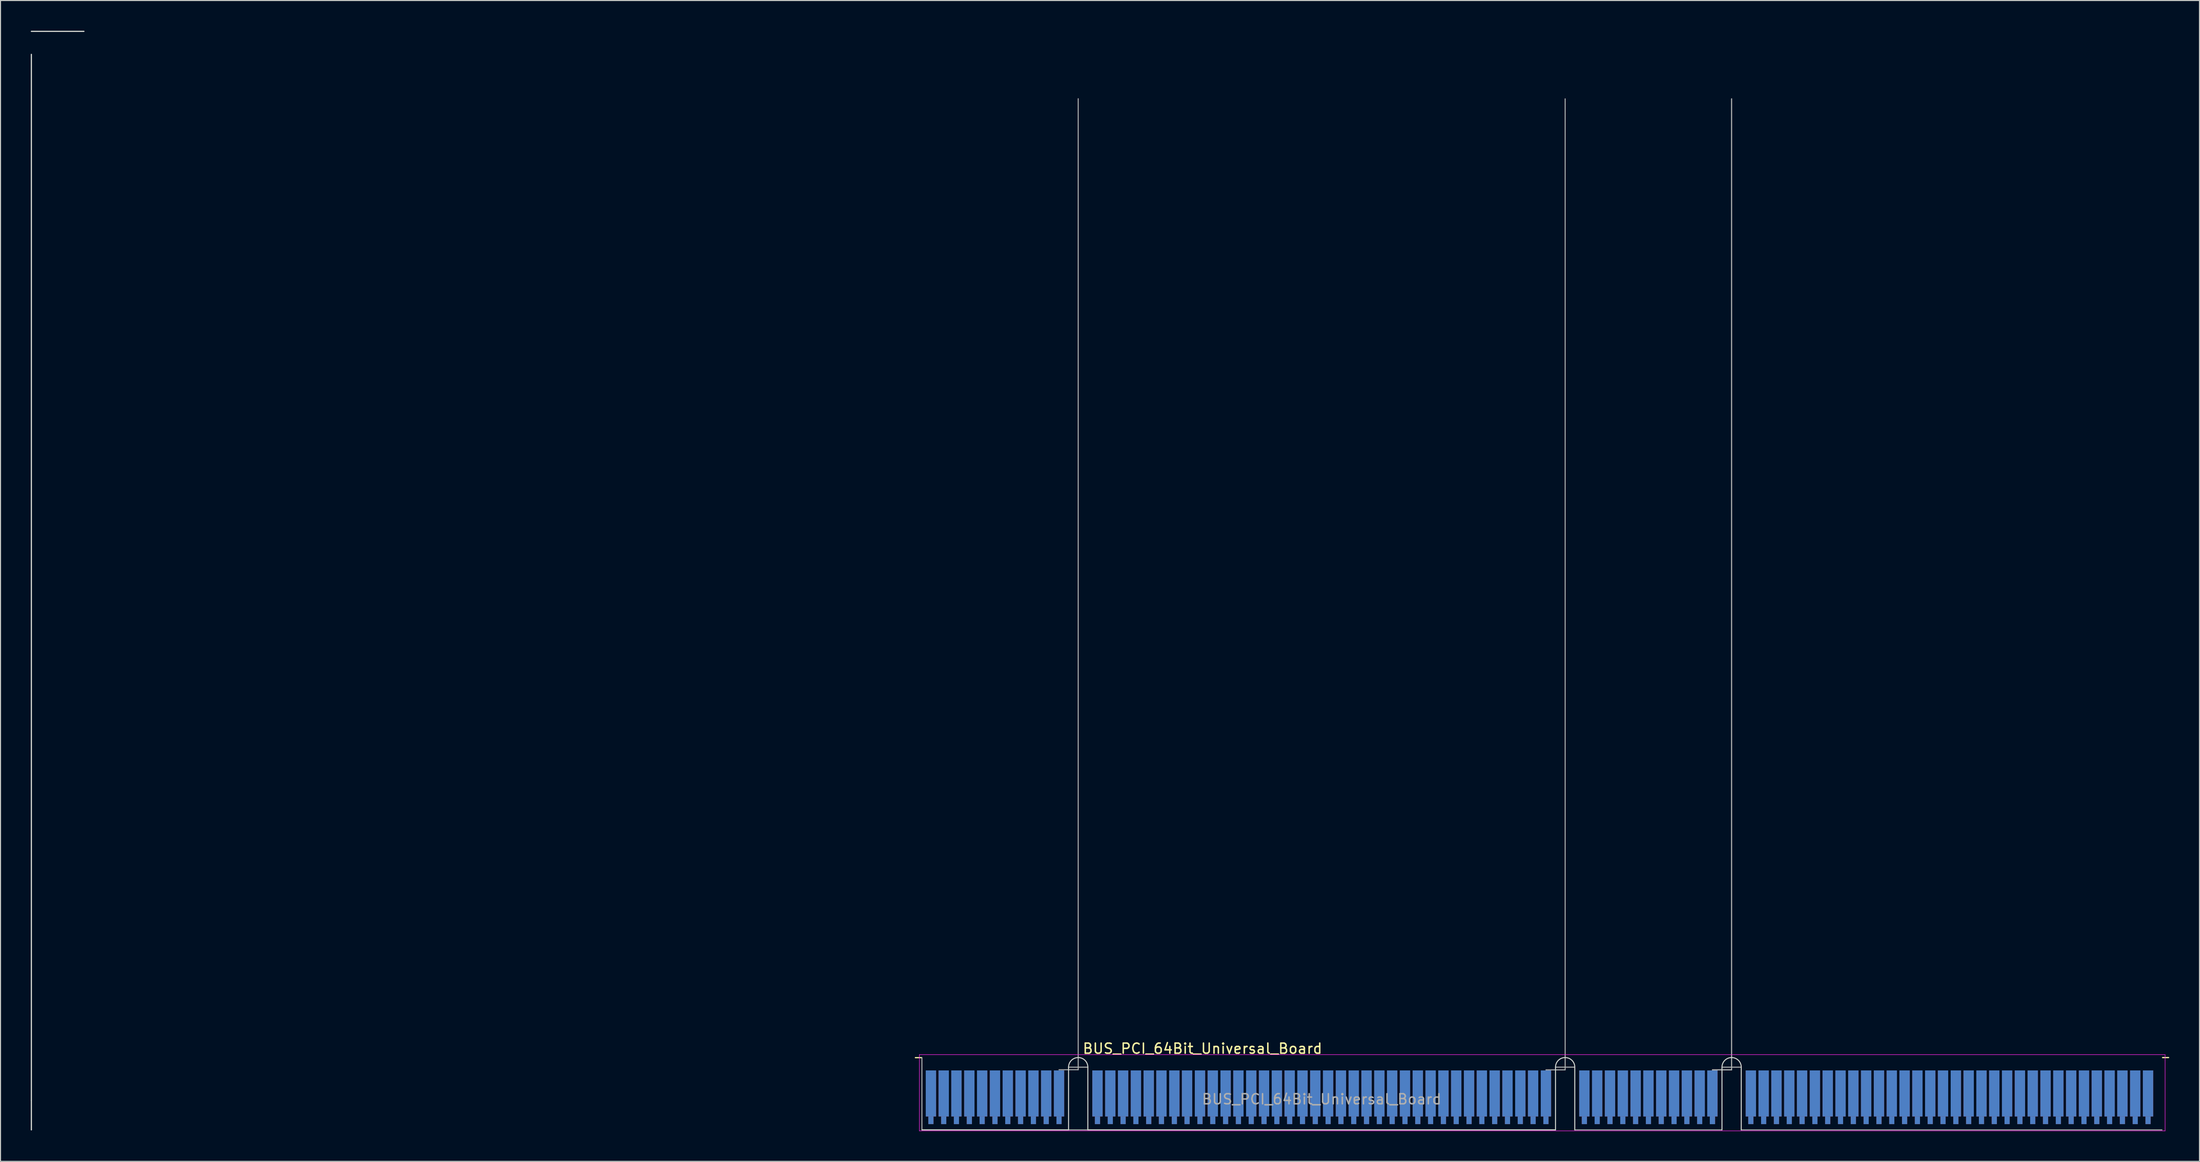
<source format=kicad_pcb>
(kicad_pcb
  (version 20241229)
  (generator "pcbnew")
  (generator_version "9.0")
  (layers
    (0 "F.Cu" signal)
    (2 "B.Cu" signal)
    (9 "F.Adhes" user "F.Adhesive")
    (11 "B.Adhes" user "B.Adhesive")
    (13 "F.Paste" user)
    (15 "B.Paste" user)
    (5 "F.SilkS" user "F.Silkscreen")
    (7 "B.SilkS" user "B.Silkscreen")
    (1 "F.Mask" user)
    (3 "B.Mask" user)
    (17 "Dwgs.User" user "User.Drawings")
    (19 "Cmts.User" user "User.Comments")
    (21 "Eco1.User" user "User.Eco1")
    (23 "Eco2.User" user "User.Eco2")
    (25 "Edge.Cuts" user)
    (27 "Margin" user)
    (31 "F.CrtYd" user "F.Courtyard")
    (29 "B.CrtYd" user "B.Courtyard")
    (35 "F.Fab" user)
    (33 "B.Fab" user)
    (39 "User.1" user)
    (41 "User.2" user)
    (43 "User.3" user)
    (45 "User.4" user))
  (footprint "BUS_PCI_64Bit_Universal_Board"
    (layer "F.Cu")
    (at 127.949 106.74)
    (property "Reference" "BUS_PCI_64Bit_Universal_Board" (at -11.81 -5.78 0) (layer "F.SilkS") (effects (font (size 1 1) (thickness 0.15))))
    (attr exclude_from_pos_files exclude_from_bom)
    (fp_line (start -40.27 -4.88) (end -39.67 -4.88) (stroke (width 0.12) (type solid)) (layer "F.SilkS"))
    (fp_line (start 83.95 -4.89) (end 83.35 -4.89) (stroke (width 0.12) (type solid)) (layer "F.SilkS"))
    (fp_line (start -127.889 -106.68) (end -122.682 -106.68) (stroke (width 0.12) (type solid)) (layer "Edge.Cuts"))
    (fp_line (start -127.889 -104.397) (end -127.889 2.283) (stroke (width 0.12) (type solid)) (layer "Edge.Cuts"))
    (fp_line (start -127.889 -0.635) (end -127.889 -0.635) (stroke (width 0.12) (type solid)) (layer "Edge.Cuts"))
    (fp_line (start -39.62 2.283) (end -25.085 2.283) (stroke (width 0.1) (type solid)) (layer "Edge.Cuts"))
    (fp_line (start -25.085 -3.937) (end -25.085 2.283) (stroke (width 0.1) (type solid)) (layer "Edge.Cuts"))
    (fp_line (start -23.175 -3.937) (end -23.175 2.283) (stroke (width 0.1) (type solid)) (layer "Edge.Cuts"))
    (fp_line (start -23.175 2.283) (end 23.18 2.283) (stroke (width 0.1) (type solid)) (layer "Edge.Cuts"))
    (fp_line (start 23.18 -3.937) (end 23.18 2.283) (stroke (width 0.1) (type solid)) (layer "Edge.Cuts"))
    (fp_line (start 25.09 -3.937) (end 25.09 2.283) (stroke (width 0.1) (type solid)) (layer "Edge.Cuts"))
    (fp_line (start 39.68 -3.937) (end 39.68 2.283) (stroke (width 0.1) (type solid)) (layer "Edge.Cuts"))
    (fp_line (start 41.59 -3.937) (end 41.59 2.283) (stroke (width 0.1) (type solid)) (layer "Edge.Cuts"))
    (fp_arc (start -25.085 -3.937) (mid -24.13 -4.892) (end -23.175 -3.937) (stroke (width 0.1) (type solid)) (layer "Edge.Cuts"))
    (fp_arc (start 23.18 -3.937) (mid 24.135 -4.892) (end 25.09 -3.937) (stroke (width 0.1) (type solid)) (layer "Edge.Cuts"))
    (fp_arc (start 39.68 -3.937) (mid 40.635 -4.892) (end 41.59 -3.937) (stroke (width 0.1) (type solid)) (layer "Edge.Cuts"))
    (fp_line (start -39.87 -5.18) (end -39.87 2.38) (stroke (width 0.05) (type solid)) (layer "F.CrtYd"))
    (fp_line (start -39.87 -5.18) (end 83.6 -5.18) (stroke (width 0.05) (type solid)) (layer "F.CrtYd"))
    (fp_line (start 83.6 2.38) (end -39.87 2.38) (stroke (width 0.05) (type solid)) (layer "F.CrtYd"))
    (fp_line (start 83.6 2.38) (end 83.6 -5.18) (stroke (width 0.05) (type solid)) (layer "F.CrtYd"))
    (fp_line (start -39.62 -4.89) (end -39.62 2.283) (stroke (width 0.1) (type solid)) (layer "F.Fab"))
    (fp_line (start -39.62 2.283) (end 23.18 2.283) (stroke (width 0.1) (type solid)) (layer "F.Fab"))
    (fp_line (start -26.035 -3.683) (end -24.13 -3.683) (stroke (width 0.1) (type solid)) (layer "F.Fab"))
    (fp_line (start -25.085 -3.937) (end -23.175 -3.937) (stroke (width 0.1) (type solid)) (layer "F.Fab"))
    (fp_line (start -24.13 -3.683) (end -24.13 -100) (stroke (width 0.1) (type solid)) (layer "F.Fab"))
    (fp_line (start 22.23 -3.67) (end 24.135 -3.67) (stroke (width 0.1) (type solid)) (layer "F.Fab"))
    (fp_line (start 23.18 -3.94) (end 25.09 -3.94) (stroke (width 0.1) (type solid)) (layer "F.Fab"))
    (fp_line (start 24.135 -3.67) (end 24.135 -99.987) (stroke (width 0.1) (type solid)) (layer "F.Fab"))
    (fp_line (start 25.09 2.283) (end 39.68 2.283) (stroke (width 0.1) (type solid)) (layer "F.Fab"))
    (fp_line (start 38.73 -3.67) (end 40.635 -3.67) (stroke (width 0.1) (type solid)) (layer "F.Fab"))
    (fp_line (start 38.73 -3.67) (end 40.635 -3.67) (stroke (width 0.1) (type solid)) (layer "F.Fab"))
    (fp_line (start 39.68 -3.937) (end 41.59 -3.937) (stroke (width 0.1) (type solid)) (layer "F.Fab"))
    (fp_line (start 40.635 -3.67) (end 40.635 -99.987) (stroke (width 0.1) (type solid)) (layer "F.Fab"))
    (fp_line (start 40.635 -3.67) (end 40.635 -99.987) (stroke (width 0.1) (type solid)) (layer "F.Fab"))
    (fp_line (start 41.59 2.283) (end 83.29 2.283) (stroke (width 0.1) (type solid)) (layer "F.Fab"))
    (fp_text user "${REFERENCE}" (at 0 -0.76 0) (layer "F.Fab") (effects (font (size 1 1) (thickness 0.15))))
    (pad "A1" connect rect (at -38.73 -1.33) (size 1.02 4.57) (layers "B.Cu" "B.Mask"))
    (pad "A1" connect rect (at -38.73 1.33) (size 0.51 0.76) (layers "B.Cu" "B.Mask"))
    (pad "A2" connect rect (at -37.46 -1.33) (size 1.02 4.57) (layers "B.Cu" "B.Mask"))
    (pad "A2" connect rect (at -37.46 1.33) (size 0.51 0.76) (layers "B.Cu" "B.Mask"))
    (pad "A3" connect rect (at -36.2 -1.33) (size 1.02 4.57) (layers "B.Cu" "B.Mask"))
    (pad "A3" connect rect (at -36.2 1.33) (size 0.51 0.76) (layers "B.Cu" "B.Mask"))
    (pad "A4" connect rect (at -34.92 -1.33) (size 1.02 4.57) (layers "B.Cu" "B.Mask"))
    (pad "A4" connect rect (at -34.92 1.33) (size 0.51 0.76) (layers "B.Cu" "B.Mask"))
    (pad "A5" connect rect (at -33.65 -1.33) (size 1.02 4.57) (layers "B.Cu" "B.Mask"))
    (pad "A5" connect rect (at -33.65 1.33) (size 0.51 0.76) (layers "B.Cu" "B.Mask"))
    (pad "A6" connect rect (at -32.38 -1.33) (size 1.02 4.57) (layers "B.Cu" "B.Mask"))
    (pad "A6" connect rect (at -32.38 1.33) (size 0.51 0.76) (layers "B.Cu" "B.Mask"))
    (pad "A7" connect rect (at -31.11 -1.33) (size 1.02 4.57) (layers "B.Cu" "B.Mask"))
    (pad "A7" connect rect (at -31.11 1.33) (size 0.51 0.76) (layers "B.Cu" "B.Mask"))
    (pad "A8" connect rect (at -29.84 -1.33) (size 1.02 4.57) (layers "B.Cu" "B.Mask"))
    (pad "A8" connect rect (at -29.84 1.33) (size 0.51 0.76) (layers "B.Cu" "B.Mask"))
    (pad "A9" connect rect (at -28.57 -1.33) (size 1.02 4.57) (layers "B.Cu" "B.Mask"))
    (pad "A9" connect rect (at -28.57 1.33) (size 0.51 0.76) (layers "B.Cu" "B.Mask"))
    (pad "A10" connect rect (at -27.3 -1.33) (size 1.02 4.57) (layers "B.Cu" "B.Mask"))
    (pad "A10" connect rect (at -27.3 1.33) (size 0.51 0.76) (layers "B.Cu" "B.Mask"))
    (pad "A11" connect rect (at -26.03 -1.33) (size 1.02 4.57) (layers "B.Cu" "B.Mask"))
    (pad "A11" connect rect (at -26.03 1.33) (size 0.51 0.76) (layers "B.Cu" "B.Mask"))
    (pad "A14" connect rect (at -22.22 -1.33) (size 1.02 4.57) (layers "B.Cu" "B.Mask"))
    (pad "A14" connect rect (at -22.22 1.33) (size 0.51 0.76) (layers "B.Cu" "B.Mask"))
    (pad "A15" connect rect (at -20.95 -1.33) (size 1.02 4.57) (layers "B.Cu" "B.Mask"))
    (pad "A15" connect rect (at -20.95 1.33) (size 0.51 0.76) (layers "B.Cu" "B.Mask"))
    (pad "A16" connect rect (at -19.68 -1.33) (size 1.02 4.57) (layers "B.Cu" "B.Mask"))
    (pad "A16" connect rect (at -19.68 1.33) (size 0.51 0.76) (layers "B.Cu" "B.Mask"))
    (pad "A17" connect rect (at -18.41 -1.33) (size 1.02 4.57) (layers "B.Cu" "B.Mask"))
    (pad "A17" connect rect (at -18.41 1.33) (size 0.51 0.76) (layers "B.Cu" "B.Mask"))
    (pad "A18" connect rect (at -17.14 -1.33) (size 1.02 4.57) (layers "B.Cu" "B.Mask"))
    (pad "A18" connect rect (at -17.14 1.33) (size 0.51 0.76) (layers "B.Cu" "B.Mask"))
    (pad "A19" connect rect (at -15.88 -1.33) (size 1.02 4.57) (layers "B.Cu" "B.Mask"))
    (pad "A19" connect rect (at -15.88 1.33) (size 0.51 0.76) (layers "B.Cu" "B.Mask"))
    (pad "A20" connect rect (at -14.6 -1.33) (size 1.02 4.57) (layers "B.Cu" "B.Mask"))
    (pad "A20" connect rect (at -14.6 1.33) (size 0.51 0.76) (layers "B.Cu" "B.Mask"))
    (pad "A21" connect rect (at -13.34 -1.33) (size 1.02 4.57) (layers "B.Cu" "B.Mask"))
    (pad "A21" connect rect (at -13.34 1.33) (size 0.51 0.76) (layers "B.Cu" "B.Mask"))
    (pad "A22" connect rect (at -12.06 -1.33) (size 1.02 4.57) (layers "B.Cu" "B.Mask"))
    (pad "A22" connect rect (at -12.06 1.33) (size 0.51 0.76) (layers "B.Cu" "B.Mask"))
    (pad "A23" connect rect (at -10.79 -1.33) (size 1.02 4.57) (layers "B.Cu" "B.Mask"))
    (pad "A23" connect rect (at -10.79 1.33) (size 0.51 0.76) (layers "B.Cu" "B.Mask"))
    (pad "A24" connect rect (at -9.52 -1.33) (size 1.02 4.57) (layers "B.Cu" "B.Mask"))
    (pad "A24" connect rect (at -9.52 1.33) (size 0.51 0.76) (layers "B.Cu" "B.Mask"))
    (pad "A25" connect rect (at -8.25 -1.33) (size 1.02 4.57) (layers "B.Cu" "B.Mask"))
    (pad "A25" connect rect (at -8.25 1.33) (size 0.51 0.76) (layers "B.Cu" "B.Mask"))
    (pad "A26" connect rect (at -6.98 -1.33) (size 1.02 4.57) (layers "B.Cu" "B.Mask"))
    (pad "A26" connect rect (at -6.98 1.33) (size 0.51 0.76) (layers "B.Cu" "B.Mask"))
    (pad "A27" connect rect (at -5.71 -1.33) (size 1.02 4.57) (layers "B.Cu" "B.Mask"))
    (pad "A27" connect rect (at -5.71 1.33) (size 0.51 0.76) (layers "B.Cu" "B.Mask"))
    (pad "A28" connect rect (at -4.44 -1.33) (size 1.02 4.57) (layers "B.Cu" "B.Mask"))
    (pad "A28" connect rect (at -4.44 1.33) (size 0.51 0.76) (layers "B.Cu" "B.Mask"))
    (pad "A29" connect rect (at -3.17 -1.33) (size 1.02 4.57) (layers "B.Cu" "B.Mask"))
    (pad "A29" connect rect (at -3.17 1.33) (size 0.51 0.76) (layers "B.Cu" "B.Mask"))
    (pad "A30" connect rect (at -1.9 -1.33) (size 1.02 4.57) (layers "B.Cu" "B.Mask"))
    (pad "A30" connect rect (at -1.9 1.33) (size 0.51 0.76) (layers "B.Cu" "B.Mask"))
    (pad "A31" connect rect (at -0.63 -1.33) (size 1.02 4.57) (layers "B.Cu" "B.Mask"))
    (pad "A31" connect rect (at -0.63 1.33) (size 0.51 0.76) (layers "B.Cu" "B.Mask"))
    (pad "A32" connect rect (at 0.64 -1.33) (size 1.02 4.57) (layers "B.Cu" "B.Mask"))
    (pad "A32" connect rect (at 0.64 1.33) (size 0.51 0.76) (layers "B.Cu" "B.Mask"))
    (pad "A33" connect rect (at 1.91 -1.33) (size 1.02 4.57) (layers "B.Cu" "B.Mask"))
    (pad "A33" connect rect (at 1.91 1.33) (size 0.51 0.76) (layers "B.Cu" "B.Mask"))
    (pad "A34" connect rect (at 3.18 -1.33) (size 1.02 4.57) (layers "B.Cu" "B.Mask"))
    (pad "A34" connect rect (at 3.18 1.33) (size 0.51 0.76) (layers "B.Cu" "B.Mask"))
    (pad "A35" connect rect (at 4.45 -1.33) (size 1.02 4.57) (layers "B.Cu" "B.Mask"))
    (pad "A35" connect rect (at 4.45 1.33) (size 0.51 0.76) (layers "B.Cu" "B.Mask"))
    (pad "A36" connect rect (at 5.72 -1.33) (size 1.02 4.57) (layers "B.Cu" "B.Mask"))
    (pad "A36" connect rect (at 5.72 1.33) (size 0.51 0.76) (layers "B.Cu" "B.Mask"))
    (pad "A37" connect rect (at 6.99 -1.33) (size 1.02 4.57) (layers "B.Cu" "B.Mask"))
    (pad "A37" connect rect (at 6.99 1.33) (size 0.51 0.76) (layers "B.Cu" "B.Mask"))
    (pad "A38" connect rect (at 8.26 -1.33) (size 1.02 4.57) (layers "B.Cu" "B.Mask"))
    (pad "A38" connect rect (at 8.26 1.33) (size 0.51 0.76) (layers "B.Cu" "B.Mask"))
    (pad "A39" connect rect (at 9.53 -1.33) (size 1.02 4.57) (layers "B.Cu" "B.Mask"))
    (pad "A39" connect rect (at 9.53 1.33) (size 0.51 0.76) (layers "B.Cu" "B.Mask"))
    (pad "A40" connect rect (at 10.8 -1.33) (size 1.02 4.57) (layers "B.Cu" "B.Mask"))
    (pad "A40" connect rect (at 10.8 1.33) (size 0.51 0.76) (layers "B.Cu" "B.Mask"))
    (pad "A41" connect rect (at 12.07 -1.33) (size 1.02 4.57) (layers "B.Cu" "B.Mask"))
    (pad "A41" connect rect (at 12.07 1.33) (size 0.51 0.76) (layers "B.Cu" "B.Mask"))
    (pad "A42" connect rect (at 13.34 -1.33) (size 1.02 4.57) (layers "B.Cu" "B.Mask"))
    (pad "A42" connect rect (at 13.34 1.33) (size 0.51 0.76) (layers "B.Cu" "B.Mask"))
    (pad "A43" connect rect (at 14.61 -1.33) (size 1.02 4.57) (layers "B.Cu" "B.Mask"))
    (pad "A43" connect rect (at 14.61 1.33) (size 0.51 0.76) (layers "B.Cu" "B.Mask"))
    (pad "A44" connect rect (at 15.88 -1.33) (size 1.02 4.57) (layers "B.Cu" "B.Mask"))
    (pad "A44" connect rect (at 15.88 1.33) (size 0.51 0.76) (layers "B.Cu" "B.Mask"))
    (pad "A45" connect rect (at 17.15 -1.33) (size 1.02 4.57) (layers "B.Cu" "B.Mask"))
    (pad "A45" connect rect (at 17.15 1.33) (size 0.51 0.76) (layers "B.Cu" "B.Mask"))
    (pad "A46" connect rect (at 18.42 -1.33) (size 1.02 4.57) (layers "B.Cu" "B.Mask"))
    (pad "A46" connect rect (at 18.42 1.33) (size 0.51 0.76) (layers "B.Cu" "B.Mask"))
    (pad "A47" connect rect (at 19.69 -1.33) (size 1.02 4.57) (layers "B.Cu" "B.Mask"))
    (pad "A47" connect rect (at 19.69 1.33) (size 0.51 0.76) (layers "B.Cu" "B.Mask"))
    (pad "A48" connect rect (at 20.96 -1.33) (size 1.02 4.57) (layers "B.Cu" "B.Mask"))
    (pad "A48" connect rect (at 20.96 1.33) (size 0.51 0.76) (layers "B.Cu" "B.Mask"))
    (pad "A49" connect rect (at 22.23 -1.33) (size 1.02 4.57) (layers "B.Cu" "B.Mask"))
    (pad "A49" connect rect (at 22.23 1.33) (size 0.51 0.76) (layers "B.Cu" "B.Mask"))
    (pad "A52" connect rect (at 26.04 -1.33) (size 1.02 4.57) (layers "B.Cu" "B.Mask"))
    (pad "A52" connect rect (at 26.04 1.33) (size 0.51 0.76) (layers "B.Cu" "B.Mask"))
    (pad "A53" connect rect (at 27.31 -1.33) (size 1.02 4.57) (layers "B.Cu" "B.Mask"))
    (pad "A53" connect rect (at 27.31 1.33) (size 0.51 0.76) (layers "B.Cu" "B.Mask"))
    (pad "A54" connect rect (at 28.58 -1.33) (size 1.02 4.57) (layers "B.Cu" "B.Mask"))
    (pad "A54" connect rect (at 28.58 1.33) (size 0.51 0.76) (layers "B.Cu" "B.Mask"))
    (pad "A55" connect rect (at 29.85 -1.33) (size 1.02 4.57) (layers "B.Cu" "B.Mask"))
    (pad "A55" connect rect (at 29.85 1.33) (size 0.51 0.76) (layers "B.Cu" "B.Mask"))
    (pad "A56" connect rect (at 31.12 -1.33) (size 1.02 4.57) (layers "B.Cu" "B.Mask"))
    (pad "A56" connect rect (at 31.12 1.33) (size 0.51 0.76) (layers "B.Cu" "B.Mask"))
    (pad "A57" connect rect (at 32.39 -1.33) (size 1.02 4.57) (layers "B.Cu" "B.Mask"))
    (pad "A57" connect rect (at 32.39 1.33) (size 0.51 0.76) (layers "B.Cu" "B.Mask"))
    (pad "A58" connect rect (at 33.66 -1.33) (size 1.02 4.57) (layers "B.Cu" "B.Mask"))
    (pad "A58" connect rect (at 33.66 1.33) (size 0.51 0.76) (layers "B.Cu" "B.Mask"))
    (pad "A59" connect rect (at 34.93 -1.33) (size 1.02 4.57) (layers "B.Cu" "B.Mask"))
    (pad "A59" connect rect (at 34.93 1.33) (size 0.51 0.76) (layers "B.Cu" "B.Mask"))
    (pad "A60" connect rect (at 36.2 -1.33) (size 1.02 4.57) (layers "B.Cu" "B.Mask"))
    (pad "A60" connect rect (at 36.2 1.33) (size 0.51 0.76) (layers "B.Cu" "B.Mask"))
    (pad "A61" connect rect (at 37.47 -1.33) (size 1.02 4.57) (layers "B.Cu" "B.Mask"))
    (pad "A61" connect rect (at 37.47 1.33) (size 0.51 0.76) (layers "B.Cu" "B.Mask"))
    (pad "A62" connect rect (at 38.73 -1.33) (size 1.02 4.57) (layers "B.Cu" "B.Mask"))
    (pad "A62" connect rect (at 38.73 1.33) (size 0.51 0.76) (layers "B.Cu" "B.Mask"))
    (pad "A62" connect rect (at 38.73 1.33) (size 0.51 0.76) (layers "B.Cu" "B.Mask"))
    (pad "A63" connect rect (at 42.54 -1.33) (size 1.02 4.57) (layers "B.Cu" "B.Mask"))
    (pad "A63" connect rect (at 42.54 1.33) (size 0.51 0.76) (layers "B.Cu" "B.Mask"))
    (pad "A64" connect rect (at 43.81 -1.33) (size 1.02 4.57) (layers "B.Cu" "B.Mask"))
    (pad "A64" connect rect (at 43.81 1.33) (size 0.51 0.76) (layers "B.Cu" "B.Mask"))
    (pad "A65" connect rect (at 45.08 -1.33) (size 1.02 4.57) (layers "B.Cu" "B.Mask"))
    (pad "A65" connect rect (at 45.08 1.33) (size 0.51 0.76) (layers "B.Cu" "B.Mask"))
    (pad "A66" connect rect (at 46.35 -1.33) (size 1.02 4.57) (layers "B.Cu" "B.Mask"))
    (pad "A66" connect rect (at 46.35 1.33) (size 0.51 0.76) (layers "B.Cu" "B.Mask"))
    (pad "A67" connect rect (at 47.62 -1.33) (size 1.02 4.57) (layers "B.Cu" "B.Mask"))
    (pad "A67" connect rect (at 47.62 1.33) (size 0.51 0.76) (layers "B.Cu" "B.Mask"))
    (pad "A68" connect rect (at 48.89 -1.33) (size 1.02 4.57) (layers "B.Cu" "B.Mask"))
    (pad "A68" connect rect (at 48.89 1.33) (size 0.51 0.76) (layers "B.Cu" "B.Mask"))
    (pad "A69" connect rect (at 50.16 -1.33) (size 1.02 4.57) (layers "B.Cu" "B.Mask"))
    (pad "A69" connect rect (at 50.16 1.33) (size 0.51 0.76) (layers "B.Cu" "B.Mask"))
    (pad "A70" connect rect (at 51.43 -1.33) (size 1.02 4.57) (layers "B.Cu" "B.Mask"))
    (pad "A70" connect rect (at 51.43 1.33) (size 0.51 0.76) (layers "B.Cu" "B.Mask"))
    (pad "A71" connect rect (at 52.7 -1.33) (size 1.02 4.57) (layers "B.Cu" "B.Mask"))
    (pad "A71" connect rect (at 52.7 1.33) (size 0.51 0.76) (layers "B.Cu" "B.Mask"))
    (pad "A72" connect rect (at 53.97 -1.33) (size 1.02 4.57) (layers "B.Cu" "B.Mask"))
    (pad "A72" connect rect (at 53.97 1.33) (size 0.51 0.76) (layers "B.Cu" "B.Mask"))
    (pad "A73" connect rect (at 55.24 -1.33) (size 1.02 4.57) (layers "B.Cu" "B.Mask"))
    (pad "A73" connect rect (at 55.24 1.33) (size 0.51 0.76) (layers "B.Cu" "B.Mask"))
    (pad "A74" connect rect (at 56.51 -1.33) (size 1.02 4.57) (layers "B.Cu" "B.Mask"))
    (pad "A74" connect rect (at 56.51 1.33) (size 0.51 0.76) (layers "B.Cu" "B.Mask"))
    (pad "A75" connect rect (at 57.78 -1.33) (size 1.02 4.57) (layers "B.Cu" "B.Mask"))
    (pad "A75" connect rect (at 57.78 1.33) (size 0.51 0.76) (layers "B.Cu" "B.Mask"))
    (pad "A76" connect rect (at 59.05 -1.33) (size 1.02 4.57) (layers "B.Cu" "B.Mask"))
    (pad "A76" connect rect (at 59.05 1.33) (size 0.51 0.76) (layers "B.Cu" "B.Mask"))
    (pad "A77" connect rect (at 60.32 -1.33) (size 1.02 4.57) (layers "B.Cu" "B.Mask"))
    (pad "A77" connect rect (at 60.32 1.33) (size 0.51 0.76) (layers "B.Cu" "B.Mask"))
    (pad "A78" connect rect (at 61.59 -1.33) (size 1.02 4.57) (layers "B.Cu" "B.Mask"))
    (pad "A78" connect rect (at 61.59 1.33) (size 0.51 0.76) (layers "B.Cu" "B.Mask"))
    (pad "A79" connect rect (at 62.86 -1.33) (size 1.02 4.57) (layers "B.Cu" "B.Mask"))
    (pad "A79" connect rect (at 62.86 1.33) (size 0.51 0.76) (layers "B.Cu" "B.Mask"))
    (pad "A80" connect rect (at 64.13 -1.33) (size 1.02 4.57) (layers "B.Cu" "B.Mask"))
    (pad "A80" connect rect (at 64.13 1.33) (size 0.51 0.76) (layers "B.Cu" "B.Mask"))
    (pad "A81" connect rect (at 65.4 -1.33) (size 1.02 4.57) (layers "B.Cu" "B.Mask"))
    (pad "A81" connect rect (at 65.4 1.33) (size 0.51 0.76) (layers "B.Cu" "B.Mask"))
    (pad "A82" connect rect (at 66.67 -1.33) (size 1.02 4.57) (layers "B.Cu" "B.Mask"))
    (pad "A82" connect rect (at 66.67 1.33) (size 0.51 0.76) (layers "B.Cu" "B.Mask"))
    (pad "A83" connect rect (at 67.94 -1.33) (size 1.02 4.57) (layers "B.Cu" "B.Mask"))
    (pad "A83" connect rect (at 67.94 1.33) (size 0.51 0.76) (layers "B.Cu" "B.Mask"))
    (pad "A84" connect rect (at 69.21 -1.33) (size 1.02 4.57) (layers "B.Cu" "B.Mask"))
    (pad "A84" connect rect (at 69.21 1.33) (size 0.51 0.76) (layers "B.Cu" "B.Mask"))
    (pad "A85" connect rect (at 70.48 -1.33) (size 1.02 4.57) (layers "B.Cu" "B.Mask"))
    (pad "A85" connect rect (at 70.48 1.33) (size 0.51 0.76) (layers "B.Cu" "B.Mask"))
    (pad "A86" connect rect (at 71.75 -1.33) (size 1.02 4.57) (layers "B.Cu" "B.Mask"))
    (pad "A86" connect rect (at 71.75 1.33) (size 0.51 0.76) (layers "B.Cu" "B.Mask"))
    (pad "A87" connect rect (at 73.02 -1.33) (size 1.02 4.57) (layers "B.Cu" "B.Mask"))
    (pad "A87" connect rect (at 73.02 1.33) (size 0.51 0.76) (layers "B.Cu" "B.Mask"))
    (pad "A88" connect rect (at 74.29 -1.33) (size 1.02 4.57) (layers "B.Cu" "B.Mask"))
    (pad "A88" connect rect (at 74.29 1.33) (size 0.51 0.76) (layers "B.Cu" "B.Mask"))
    (pad "A89" connect rect (at 75.56 -1.33) (size 1.02 4.57) (layers "B.Cu" "B.Mask"))
    (pad "A89" connect rect (at 75.56 1.33) (size 0.51 0.76) (layers "B.Cu" "B.Mask"))
    (pad "A90" connect rect (at 76.83 -1.33) (size 1.02 4.57) (layers "B.Cu" "B.Mask"))
    (pad "A90" connect rect (at 76.83 1.33) (size 0.51 0.76) (layers "B.Cu" "B.Mask"))
    (pad "A91" connect rect (at 78.1 -1.33) (size 1.02 4.57) (layers "B.Cu" "B.Mask"))
    (pad "A91" connect rect (at 78.1 1.33) (size 0.51 0.76) (layers "B.Cu" "B.Mask"))
    (pad "A92" connect rect (at 79.37 -1.33) (size 1.02 4.57) (layers "B.Cu" "B.Mask"))
    (pad "A92" connect rect (at 79.37 1.33) (size 0.51 0.76) (layers "B.Cu" "B.Mask"))
    (pad "A93" connect rect (at 80.64 -1.33) (size 1.02 4.57) (layers "B.Cu" "B.Mask"))
    (pad "A93" connect rect (at 80.64 1.33) (size 0.51 0.76) (layers "B.Cu" "B.Mask"))
    (pad "A94" connect rect (at 81.91 -1.33) (size 1.02 4.57) (layers "B.Cu" "B.Mask"))
    (pad "A94" connect rect (at 81.91 1.33) (size 0.51 0.76) (layers "B.Cu" "B.Mask"))
    (pad "B1" connect rect (at -38.73 -1.33) (size 1.02 4.57) (layers "F.Cu" "F.Mask"))
    (pad "B1" connect rect (at -38.73 1.33) (size 0.51 0.76) (layers "F.Cu" "F.Mask"))
    (pad "B2" connect rect (at -37.46 -1.33) (size 1.02 4.57) (layers "F.Cu" "F.Mask"))
    (pad "B2" connect rect (at -37.46 1.33) (size 0.51 0.76) (layers "F.Cu" "F.Mask"))
    (pad "B3" connect rect (at -36.2 -1.33) (size 1.02 4.57) (layers "F.Cu" "F.Mask"))
    (pad "B3" connect rect (at -36.2 1.33) (size 0.51 0.76) (layers "F.Cu" "F.Mask"))
    (pad "B4" connect rect (at -34.92 -1.33) (size 1.02 4.57) (layers "F.Cu" "F.Mask"))
    (pad "B4" connect rect (at -34.92 1.33) (size 0.51 0.76) (layers "F.Cu" "F.Mask"))
    (pad "B5" connect rect (at -33.65 -1.33) (size 1.02 4.57) (layers "F.Cu" "F.Mask"))
    (pad "B5" connect rect (at -33.65 1.33) (size 0.51 0.76) (layers "F.Cu" "F.Mask"))
    (pad "B6" connect rect (at -32.38 -1.33) (size 1.02 4.57) (layers "F.Cu" "F.Mask"))
    (pad "B6" connect rect (at -32.38 1.33) (size 0.51 0.76) (layers "F.Cu" "F.Mask"))
    (pad "B7" connect rect (at -31.11 -1.33) (size 1.02 4.57) (layers "F.Cu" "F.Mask"))
    (pad "B7" connect rect (at -31.11 1.33) (size 0.51 0.76) (layers "F.Cu" "F.Mask"))
    (pad "B8" connect rect (at -29.84 -1.33) (size 1.02 4.57) (layers "F.Cu" "F.Mask"))
    (pad "B8" connect rect (at -29.84 1.33) (size 0.51 0.76) (layers "F.Cu" "F.Mask"))
    (pad "B9" connect rect (at -28.57 -1.33) (size 1.02 4.57) (layers "F.Cu" "F.Mask"))
    (pad "B9" connect rect (at -28.57 1.33) (size 0.51 0.76) (layers "F.Cu" "F.Mask"))
    (pad "B10" connect rect (at -27.3 -1.33) (size 1.02 4.57) (layers "F.Cu" "F.Mask"))
    (pad "B10" connect rect (at -27.3 1.33) (size 0.51 0.76) (layers "F.Cu" "F.Mask"))
    (pad "B11" connect rect (at -26.03 -1.33) (size 1.02 4.57) (layers "F.Cu" "F.Mask"))
    (pad "B11" connect rect (at -26.03 1.33) (size 0.51 0.76) (layers "F.Cu" "F.Mask"))
    (pad "B14" connect rect (at -22.22 -1.33) (size 1.02 4.57) (layers "F.Cu" "F.Mask"))
    (pad "B14" connect rect (at -22.22 1.33) (size 0.51 0.76) (layers "F.Cu" "F.Mask"))
    (pad "B15" connect rect (at -20.95 -1.33) (size 1.02 4.57) (layers "F.Cu" "F.Mask"))
    (pad "B15" connect rect (at -20.95 1.33) (size 0.51 0.76) (layers "F.Cu" "F.Mask"))
    (pad "B16" connect rect (at -19.68 -1.33) (size 1.02 4.57) (layers "F.Cu" "F.Mask"))
    (pad "B16" connect rect (at -19.68 1.33) (size 0.51 0.76) (layers "F.Cu" "F.Mask"))
    (pad "B17" connect rect (at -18.41 -1.33) (size 1.02 4.57) (layers "F.Cu" "F.Mask"))
    (pad "B17" connect rect (at -18.41 1.33) (size 0.51 0.76) (layers "F.Cu" "F.Mask"))
    (pad "B18" connect rect (at -17.14 -1.33) (size 1.02 4.57) (layers "F.Cu" "F.Mask"))
    (pad "B18" connect rect (at -17.14 1.33) (size 0.51 0.76) (layers "F.Cu" "F.Mask"))
    (pad "B19" connect rect (at -15.88 -1.33) (size 1.02 4.57) (layers "F.Cu" "F.Mask"))
    (pad "B19" connect rect (at -15.88 1.33) (size 0.51 0.76) (layers "F.Cu" "F.Mask"))
    (pad "B20" connect rect (at -14.6 -1.33) (size 1.02 4.57) (layers "F.Cu" "F.Mask"))
    (pad "B20" connect rect (at -14.6 1.33) (size 0.51 0.76) (layers "F.Cu" "F.Mask"))
    (pad "B21" connect rect (at -13.34 -1.33) (size 1.02 4.57) (layers "F.Cu" "F.Mask"))
    (pad "B21" connect rect (at -13.34 1.33) (size 0.51 0.76) (layers "F.Cu" "F.Mask"))
    (pad "B22" connect rect (at -12.06 -1.33) (size 1.02 4.57) (layers "F.Cu" "F.Mask"))
    (pad "B22" connect rect (at -12.06 1.33) (size 0.51 0.76) (layers "F.Cu" "F.Mask"))
    (pad "B23" connect rect (at -10.79 -1.33) (size 1.02 4.57) (layers "F.Cu" "F.Mask"))
    (pad "B23" connect rect (at -10.79 1.33) (size 0.51 0.76) (layers "F.Cu" "F.Mask"))
    (pad "B24" connect rect (at -9.52 -1.33) (size 1.02 4.57) (layers "F.Cu" "F.Mask"))
    (pad "B24" connect rect (at -9.52 1.33) (size 0.51 0.76) (layers "F.Cu" "F.Mask"))
    (pad "B25" connect rect (at -8.25 -1.33) (size 1.02 4.57) (layers "F.Cu" "F.Mask"))
    (pad "B25" connect rect (at -8.25 1.33) (size 0.51 0.76) (layers "F.Cu" "F.Mask"))
    (pad "B26" connect rect (at -6.98 -1.33) (size 1.02 4.57) (layers "F.Cu" "F.Mask"))
    (pad "B26" connect rect (at -6.98 1.33) (size 0.51 0.76) (layers "F.Cu" "F.Mask"))
    (pad "B27" connect rect (at -5.71 -1.33) (size 1.02 4.57) (layers "F.Cu" "F.Mask"))
    (pad "B27" connect rect (at -5.71 1.33) (size 0.51 0.76) (layers "F.Cu" "F.Mask"))
    (pad "B28" connect rect (at -4.44 -1.33) (size 1.02 4.57) (layers "F.Cu" "F.Mask"))
    (pad "B28" connect rect (at -4.44 1.33) (size 0.51 0.76) (layers "F.Cu" "F.Mask"))
    (pad "B29" connect rect (at -3.17 -1.33) (size 1.02 4.57) (layers "F.Cu" "F.Mask"))
    (pad "B29" connect rect (at -3.17 1.33) (size 0.51 0.76) (layers "F.Cu" "F.Mask"))
    (pad "B30" connect rect (at -1.9 -1.33) (size 1.02 4.57) (layers "F.Cu" "F.Mask"))
    (pad "B30" connect rect (at -1.9 1.33) (size 0.51 0.76) (layers "F.Cu" "F.Mask"))
    (pad "B31" connect rect (at -0.63 -1.33) (size 1.02 4.57) (layers "F.Cu" "F.Mask"))
    (pad "B31" connect rect (at -0.63 1.33) (size 0.51 0.76) (layers "F.Cu" "F.Mask"))
    (pad "B32" connect rect (at 0.64 -1.33) (size 1.02 4.57) (layers "F.Cu" "F.Mask"))
    (pad "B32" connect rect (at 0.64 1.33) (size 0.51 0.76) (layers "F.Cu" "F.Mask"))
    (pad "B33" connect rect (at 1.91 -1.33) (size 1.02 4.57) (layers "F.Cu" "F.Mask"))
    (pad "B33" connect rect (at 1.91 1.33) (size 0.51 0.76) (layers "F.Cu" "F.Mask"))
    (pad "B34" connect rect (at 3.18 -1.33) (size 1.02 4.57) (layers "F.Cu" "F.Mask"))
    (pad "B34" connect rect (at 3.18 1.33) (size 0.51 0.76) (layers "F.Cu" "F.Mask"))
    (pad "B35" connect rect (at 4.45 -1.33) (size 1.02 4.57) (layers "F.Cu" "F.Mask"))
    (pad "B35" connect rect (at 4.45 1.33) (size 0.51 0.76) (layers "F.Cu" "F.Mask"))
    (pad "B36" connect rect (at 5.72 -1.33) (size 1.02 4.57) (layers "F.Cu" "F.Mask"))
    (pad "B36" connect rect (at 5.72 1.33) (size 0.51 0.76) (layers "F.Cu" "F.Mask"))
    (pad "B37" connect rect (at 6.99 -1.33) (size 1.02 4.57) (layers "F.Cu" "F.Mask"))
    (pad "B37" connect rect (at 6.99 1.33) (size 0.51 0.76) (layers "F.Cu" "F.Mask"))
    (pad "B38" connect rect (at 8.26 -1.33) (size 1.02 4.57) (layers "F.Cu" "F.Mask"))
    (pad "B38" connect rect (at 8.26 1.33) (size 0.51 0.76) (layers "F.Cu" "F.Mask"))
    (pad "B39" connect rect (at 9.53 -1.33) (size 1.02 4.57) (layers "F.Cu" "F.Mask"))
    (pad "B39" connect rect (at 9.53 1.33) (size 0.51 0.76) (layers "F.Cu" "F.Mask"))
    (pad "B40" connect rect (at 10.8 -1.33) (size 1.02 4.57) (layers "F.Cu" "F.Mask"))
    (pad "B40" connect rect (at 10.8 1.33) (size 0.51 0.76) (layers "F.Cu" "F.Mask"))
    (pad "B41" connect rect (at 12.07 -1.33) (size 1.02 4.57) (layers "F.Cu" "F.Mask"))
    (pad "B41" connect rect (at 12.07 1.33) (size 0.51 0.76) (layers "F.Cu" "F.Mask"))
    (pad "B42" connect rect (at 13.34 -1.33) (size 1.02 4.57) (layers "F.Cu" "F.Mask"))
    (pad "B42" connect rect (at 13.34 1.33) (size 0.51 0.76) (layers "F.Cu" "F.Mask"))
    (pad "B43" connect rect (at 14.61 -1.33) (size 1.02 4.57) (layers "F.Cu" "F.Mask"))
    (pad "B43" connect rect (at 14.61 1.33) (size 0.51 0.76) (layers "F.Cu" "F.Mask"))
    (pad "B44" connect rect (at 15.88 -1.33) (size 1.02 4.57) (layers "F.Cu" "F.Mask"))
    (pad "B44" connect rect (at 15.88 1.33) (size 0.51 0.76) (layers "F.Cu" "F.Mask"))
    (pad "B45" connect rect (at 17.15 -1.33) (size 1.02 4.57) (layers "F.Cu" "F.Mask"))
    (pad "B45" connect rect (at 17.15 1.33) (size 0.51 0.76) (layers "F.Cu" "F.Mask"))
    (pad "B46" connect rect (at 18.42 -1.33) (size 1.02 4.57) (layers "F.Cu" "F.Mask"))
    (pad "B46" connect rect (at 18.42 1.33) (size 0.51 0.76) (layers "F.Cu" "F.Mask"))
    (pad "B47" connect rect (at 19.69 -1.33) (size 1.02 4.57) (layers "F.Cu" "F.Mask"))
    (pad "B47" connect rect (at 19.69 1.33) (size 0.51 0.76) (layers "F.Cu" "F.Mask"))
    (pad "B48" connect rect (at 20.96 -1.33) (size 1.02 4.57) (layers "F.Cu" "F.Mask"))
    (pad "B48" connect rect (at 20.96 1.33) (size 0.51 0.76) (layers "F.Cu" "F.Mask"))
    (pad "B49" connect rect (at 22.23 -1.33) (size 1.02 4.57) (layers "F.Cu" "F.Mask"))
    (pad "B49" connect rect (at 22.23 1.33) (size 0.51 0.76) (layers "F.Cu" "F.Mask"))
    (pad "B52" connect rect (at 26.04 -1.33) (size 1.02 4.57) (layers "F.Cu" "F.Mask"))
    (pad "B52" connect rect (at 26.04 1.33) (size 0.51 0.76) (layers "F.Cu" "F.Mask"))
    (pad "B53" connect rect (at 27.31 -1.33) (size 1.02 4.57) (layers "F.Cu" "F.Mask"))
    (pad "B53" connect rect (at 27.31 1.33) (size 0.51 0.76) (layers "F.Cu" "F.Mask"))
    (pad "B54" connect rect (at 28.58 -1.33) (size 1.02 4.57) (layers "F.Cu" "F.Mask"))
    (pad "B54" connect rect (at 28.58 1.33) (size 0.51 0.76) (layers "F.Cu" "F.Mask"))
    (pad "B55" connect rect (at 29.85 -1.33) (size 1.02 4.57) (layers "F.Cu" "F.Mask"))
    (pad "B55" connect rect (at 29.85 1.33) (size 0.51 0.76) (layers "F.Cu" "F.Mask"))
    (pad "B56" connect rect (at 31.12 -1.33) (size 1.02 4.57) (layers "F.Cu" "F.Mask"))
    (pad "B56" connect rect (at 31.12 1.33) (size 0.51 0.76) (layers "F.Cu" "F.Mask"))
    (pad "B57" connect rect (at 32.39 -1.33) (size 1.02 4.57) (layers "F.Cu" "F.Mask"))
    (pad "B57" connect rect (at 32.39 1.33) (size 0.51 0.76) (layers "F.Cu" "F.Mask"))
    (pad "B58" connect rect (at 33.66 -1.33) (size 1.02 4.57) (layers "F.Cu" "F.Mask"))
    (pad "B58" connect rect (at 33.66 1.33) (size 0.51 0.76) (layers "F.Cu" "F.Mask"))
    (pad "B59" connect rect (at 34.93 -1.33) (size 1.02 4.57) (layers "F.Cu" "F.Mask"))
    (pad "B59" connect rect (at 34.93 1.33) (size 0.51 0.76) (layers "F.Cu" "F.Mask"))
    (pad "B60" connect rect (at 36.2 -1.33) (size 1.02 4.57) (layers "F.Cu" "F.Mask"))
    (pad "B60" connect rect (at 36.2 1.33) (size 0.51 0.76) (layers "F.Cu" "F.Mask"))
    (pad "B61" connect rect (at 37.47 -1.33) (size 1.02 4.57) (layers "F.Cu" "F.Mask"))
    (pad "B61" connect rect (at 37.47 1.33) (size 0.51 0.76) (layers "F.Cu" "F.Mask"))
    (pad "B62" connect rect (at 38.73 -1.33) (size 1.02 4.57) (layers "F.Cu" "F.Mask"))
    (pad "B62" connect rect (at 38.73 1.33) (size 0.51 0.76) (layers "F.Cu" "F.Mask"))
    (pad "B62" connect rect (at 38.73 1.33) (size 0.51 0.76) (layers "F.Cu" "F.Mask"))
    (pad "B63" connect rect (at 42.54 -1.33) (size 1.02 4.57) (layers "F.Cu" "F.Mask"))
    (pad "B63" connect rect (at 42.54 1.33) (size 0.51 0.76) (layers "F.Cu" "F.Mask"))
    (pad "B64" connect rect (at 43.81 -1.33) (size 1.02 4.57) (layers "F.Cu" "F.Mask"))
    (pad "B64" connect rect (at 43.81 1.33) (size 0.51 0.76) (layers "F.Cu" "F.Mask"))
    (pad "B65" connect rect (at 45.08 -1.33) (size 1.02 4.57) (layers "F.Cu" "F.Mask"))
    (pad "B65" connect rect (at 45.08 1.33) (size 0.51 0.76) (layers "F.Cu" "F.Mask"))
    (pad "B66" connect rect (at 46.35 -1.33) (size 1.02 4.57) (layers "F.Cu" "F.Mask"))
    (pad "B66" connect rect (at 46.35 1.33) (size 0.51 0.76) (layers "F.Cu" "F.Mask"))
    (pad "B67" connect rect (at 47.62 -1.33) (size 1.02 4.57) (layers "F.Cu" "F.Mask"))
    (pad "B67" connect rect (at 47.62 1.33) (size 0.51 0.76) (layers "F.Cu" "F.Mask"))
    (pad "B68" connect rect (at 48.89 -1.33) (size 1.02 4.57) (layers "F.Cu" "F.Mask"))
    (pad "B68" connect rect (at 48.89 1.33) (size 0.51 0.76) (layers "F.Cu" "F.Mask"))
    (pad "B69" connect rect (at 50.16 -1.33) (size 1.02 4.57) (layers "F.Cu" "F.Mask"))
    (pad "B69" connect rect (at 50.16 1.33) (size 0.51 0.76) (layers "F.Cu" "F.Mask"))
    (pad "B70" connect rect (at 51.43 -1.33) (size 1.02 4.57) (layers "F.Cu" "F.Mask"))
    (pad "B70" connect rect (at 51.43 1.33) (size 0.51 0.76) (layers "F.Cu" "F.Mask"))
    (pad "B71" connect rect (at 52.7 -1.33) (size 1.02 4.57) (layers "F.Cu" "F.Mask"))
    (pad "B71" connect rect (at 52.7 1.33) (size 0.51 0.76) (layers "F.Cu" "F.Mask"))
    (pad "B72" connect rect (at 53.97 -1.33) (size 1.02 4.57) (layers "F.Cu" "F.Mask"))
    (pad "B72" connect rect (at 53.97 1.33) (size 0.51 0.76) (layers "F.Cu" "F.Mask"))
    (pad "B73" connect rect (at 55.24 -1.33) (size 1.02 4.57) (layers "F.Cu" "F.Mask"))
    (pad "B73" connect rect (at 55.24 1.33) (size 0.51 0.76) (layers "F.Cu" "F.Mask"))
    (pad "B74" connect rect (at 56.51 -1.33) (size 1.02 4.57) (layers "F.Cu" "F.Mask"))
    (pad "B74" connect rect (at 56.51 1.33) (size 0.51 0.76) (layers "F.Cu" "F.Mask"))
    (pad "B75" connect rect (at 57.78 -1.33) (size 1.02 4.57) (layers "F.Cu" "F.Mask"))
    (pad "B75" connect rect (at 57.78 1.33) (size 0.51 0.76) (layers "F.Cu" "F.Mask"))
    (pad "B76" connect rect (at 59.05 -1.33) (size 1.02 4.57) (layers "F.Cu" "F.Mask"))
    (pad "B76" connect rect (at 59.05 1.33) (size 0.51 0.76) (layers "F.Cu" "F.Mask"))
    (pad "B77" connect rect (at 60.32 -1.33) (size 1.02 4.57) (layers "F.Cu" "F.Mask"))
    (pad "B77" connect rect (at 60.32 1.33) (size 0.51 0.76) (layers "F.Cu" "F.Mask"))
    (pad "B78" connect rect (at 61.59 -1.33) (size 1.02 4.57) (layers "F.Cu" "F.Mask"))
    (pad "B78" connect rect (at 61.59 1.33) (size 0.51 0.76) (layers "F.Cu" "F.Mask"))
    (pad "B79" connect rect (at 62.86 -1.33) (size 1.02 4.57) (layers "F.Cu" "F.Mask"))
    (pad "B79" connect rect (at 62.86 1.33) (size 0.51 0.76) (layers "F.Cu" "F.Mask"))
    (pad "B80" connect rect (at 64.13 -1.33) (size 1.02 4.57) (layers "F.Cu" "F.Mask"))
    (pad "B80" connect rect (at 64.13 1.33) (size 0.51 0.76) (layers "F.Cu" "F.Mask"))
    (pad "B81" connect rect (at 65.4 -1.33) (size 1.02 4.57) (layers "F.Cu" "F.Mask"))
    (pad "B81" connect rect (at 65.4 1.33) (size 0.51 0.76) (layers "F.Cu" "F.Mask"))
    (pad "B82" connect rect (at 66.67 -1.33) (size 1.02 4.57) (layers "F.Cu" "F.Mask"))
    (pad "B82" connect rect (at 66.67 1.33) (size 0.51 0.76) (layers "F.Cu" "F.Mask"))
    (pad "B83" connect rect (at 67.94 -1.33) (size 1.02 4.57) (layers "F.Cu" "F.Mask"))
    (pad "B83" connect rect (at 67.94 1.33) (size 0.51 0.76) (layers "F.Cu" "F.Mask"))
    (pad "B84" connect rect (at 69.21 -1.33) (size 1.02 4.57) (layers "F.Cu" "F.Mask"))
    (pad "B84" connect rect (at 69.21 1.33) (size 0.51 0.76) (layers "F.Cu" "F.Mask"))
    (pad "B85" connect rect (at 70.48 -1.33) (size 1.02 4.57) (layers "F.Cu" "F.Mask"))
    (pad "B85" connect rect (at 70.48 1.33) (size 0.51 0.76) (layers "F.Cu" "F.Mask"))
    (pad "B86" connect rect (at 71.75 -1.33) (size 1.02 4.57) (layers "F.Cu" "F.Mask"))
    (pad "B86" connect rect (at 71.75 1.33) (size 0.51 0.76) (layers "F.Cu" "F.Mask"))
    (pad "B87" connect rect (at 73.02 -1.33) (size 1.02 4.57) (layers "F.Cu" "F.Mask"))
    (pad "B87" connect rect (at 73.02 1.33) (size 0.51 0.76) (layers "F.Cu" "F.Mask"))
    (pad "B88" connect rect (at 74.29 -1.33) (size 1.02 4.57) (layers "F.Cu" "F.Mask"))
    (pad "B88" connect rect (at 74.29 1.33) (size 0.51 0.76) (layers "F.Cu" "F.Mask"))
    (pad "B89" connect rect (at 75.56 -1.33) (size 1.02 4.57) (layers "F.Cu" "F.Mask"))
    (pad "B89" connect rect (at 75.56 1.33) (size 0.51 0.76) (layers "F.Cu" "F.Mask"))
    (pad "B90" connect rect (at 76.83 -1.33) (size 1.02 4.57) (layers "F.Cu" "F.Mask"))
    (pad "B90" connect rect (at 76.83 1.33) (size 0.51 0.76) (layers "F.Cu" "F.Mask"))
    (pad "B91" connect rect (at 78.1 -1.33) (size 1.02 4.57) (layers "F.Cu" "F.Mask"))
    (pad "B91" connect rect (at 78.1 1.33) (size 0.51 0.76) (layers "F.Cu" "F.Mask"))
    (pad "B92" connect rect (at 79.37 -1.33) (size 1.02 4.57) (layers "F.Cu" "F.Mask"))
    (pad "B92" connect rect (at 79.37 1.33) (size 0.51 0.76) (layers "F.Cu" "F.Mask"))
    (pad "B93" connect rect (at 80.64 -1.33) (size 1.02 4.57) (layers "F.Cu" "F.Mask"))
    (pad "B93" connect rect (at 80.64 1.33) (size 0.51 0.76) (layers "F.Cu" "F.Mask"))
    (pad "B94" connect rect (at 81.91 -1.33) (size 1.02 4.57) (layers "F.Cu" "F.Mask"))
    (pad "B94" connect rect (at 81.91 1.33) (size 0.51 0.76) (layers "F.Cu" "F.Mask")))
  (gr_rect
    (start -3 -3)
    (end 214.959 112.145)
    (stroke (width 0.1) (type default))
    (fill no)
    (layer "Edge.Cuts")))
</source>
